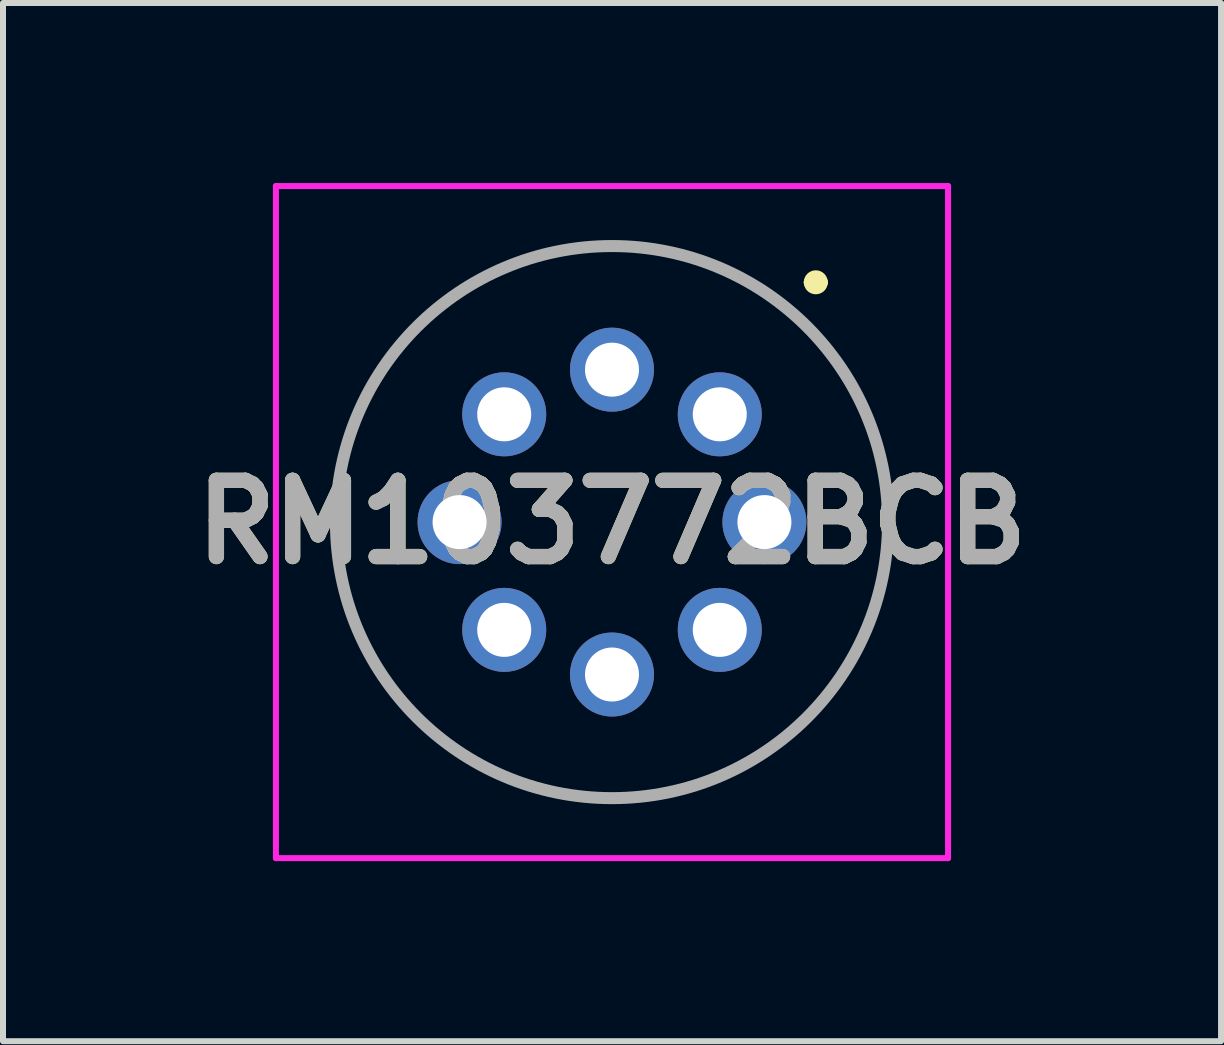
<source format=kicad_pcb>
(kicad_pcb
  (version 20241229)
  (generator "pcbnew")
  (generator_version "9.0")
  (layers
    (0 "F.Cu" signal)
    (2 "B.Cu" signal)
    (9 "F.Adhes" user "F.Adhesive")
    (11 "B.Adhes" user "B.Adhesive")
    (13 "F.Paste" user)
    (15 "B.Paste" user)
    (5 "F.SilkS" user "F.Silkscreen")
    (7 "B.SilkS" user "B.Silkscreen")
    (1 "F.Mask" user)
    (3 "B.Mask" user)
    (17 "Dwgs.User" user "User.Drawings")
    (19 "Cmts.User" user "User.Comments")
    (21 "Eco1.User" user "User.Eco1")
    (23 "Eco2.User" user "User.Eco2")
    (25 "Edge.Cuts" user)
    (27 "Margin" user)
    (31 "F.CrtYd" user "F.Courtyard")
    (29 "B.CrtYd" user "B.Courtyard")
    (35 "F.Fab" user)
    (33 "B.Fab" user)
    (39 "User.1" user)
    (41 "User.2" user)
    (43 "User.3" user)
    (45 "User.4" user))
  (footprint "RM103772BCB"
    (layer "F.Cu")
    (at 8.944 3.854)
    (property "Reference" "RM103772BCB" (at -1.796 1.796 0) (layer "F.SilkS") (effects (font (size 1.27 1.27) (thickness 0.254))))
    (attr through_hole)
    (fp_line (start -6.396 1.796) (end -6.396 1.796) (stroke (width 0.1) (type solid)) (layer "F.SilkS"))
    (fp_line (start 1.5 -2.2) (end 1.5 -2.2) (stroke (width 0.2) (type solid)) (layer "F.SilkS"))
    (fp_line (start 1.7 -2.2) (end 1.7 -2.2) (stroke (width 0.2) (type solid)) (layer "F.SilkS"))
    (fp_line (start 2.804 1.796) (end 2.804 1.796) (stroke (width 0.1) (type solid)) (layer "F.SilkS"))
    (fp_arc (start -6.396 1.796) (mid -1.796 -2.804) (end 2.804 1.796) (stroke (width 0.1) (type solid)) (layer "F.SilkS"))
    (fp_arc (start 1.5 -2.2) (mid 1.6 -2.3) (end 1.7 -2.2) (stroke (width 0.2) (type solid)) (layer "F.SilkS"))
    (fp_arc (start 1.7 -2.2) (mid 1.6 -2.1) (end 1.5 -2.2) (stroke (width 0.2) (type solid)) (layer "F.SilkS"))
    (fp_arc (start 2.804 1.796) (mid -1.796 6.396) (end -6.396 1.796) (stroke (width 0.1) (type solid)) (layer "F.SilkS"))
    (fp_line (start -7.396 -3.804) (end 3.804 -3.804) (stroke (width 0.1) (type solid)) (layer "F.CrtYd"))
    (fp_line (start -7.396 7.396) (end -7.396 -3.804) (stroke (width 0.1) (type solid)) (layer "F.CrtYd"))
    (fp_line (start 3.804 -3.804) (end 3.804 7.396) (stroke (width 0.1) (type solid)) (layer "F.CrtYd"))
    (fp_line (start 3.804 7.396) (end -7.396 7.396) (stroke (width 0.1) (type solid)) (layer "F.CrtYd"))
    (fp_line (start -6.396 1.796) (end -6.396 1.796) (stroke (width 0.2) (type solid)) (layer "F.Fab"))
    (fp_line (start 2.804 1.796) (end 2.804 1.796) (stroke (width 0.2) (type solid)) (layer "F.Fab"))
    (fp_arc (start -6.396 1.796) (mid -1.796 -2.804) (end 2.804 1.796) (stroke (width 0.2) (type solid)) (layer "F.Fab"))
    (fp_arc (start 2.804 1.796) (mid -1.796 6.396) (end -6.396 1.796) (stroke (width 0.2) (type solid)) (layer "F.Fab"))
    (fp_text user "${REFERENCE}" (at -1.796 1.796 0) (layer "F.Fab") (effects (font (size 1.27 1.27) (thickness 0.254))))
    (pad "1" thru_hole circle (at 0 0) (size 1.4 1.4) (drill 0.9) (layers "*.Cu" "*.Mask"))
    (pad "2" thru_hole circle (at 0.744 1.796) (size 1.4 1.4) (drill 0.9) (layers "*.Cu" "*.Mask"))
    (pad "3" thru_hole circle (at 0 3.592) (size 1.4 1.4) (drill 0.9) (layers "*.Cu" "*.Mask"))
    (pad "4" thru_hole circle (at -1.796 4.336) (size 1.4 1.4) (drill 0.9) (layers "*.Cu" "*.Mask"))
    (pad "5" thru_hole circle (at -3.592 3.592) (size 1.4 1.4) (drill 0.9) (layers "*.Cu" "*.Mask"))
    (pad "6" thru_hole circle (at -4.336 1.796) (size 1.4 1.4) (drill 0.9) (layers "*.Cu" "*.Mask"))
    (pad "7" thru_hole circle (at -3.592 0) (size 1.4 1.4) (drill 0.9) (layers "*.Cu" "*.Mask"))
    (pad "8" thru_hole circle (at -1.796 -0.744) (size 1.4 1.4) (drill 0.9) (layers "*.Cu" "*.Mask")))
  (gr_rect
    (start -3 -3)
    (end 17.297 14.3)
    (stroke (width 0.1) (type default))
    (fill no)
    (layer "Edge.Cuts")))
</source>
